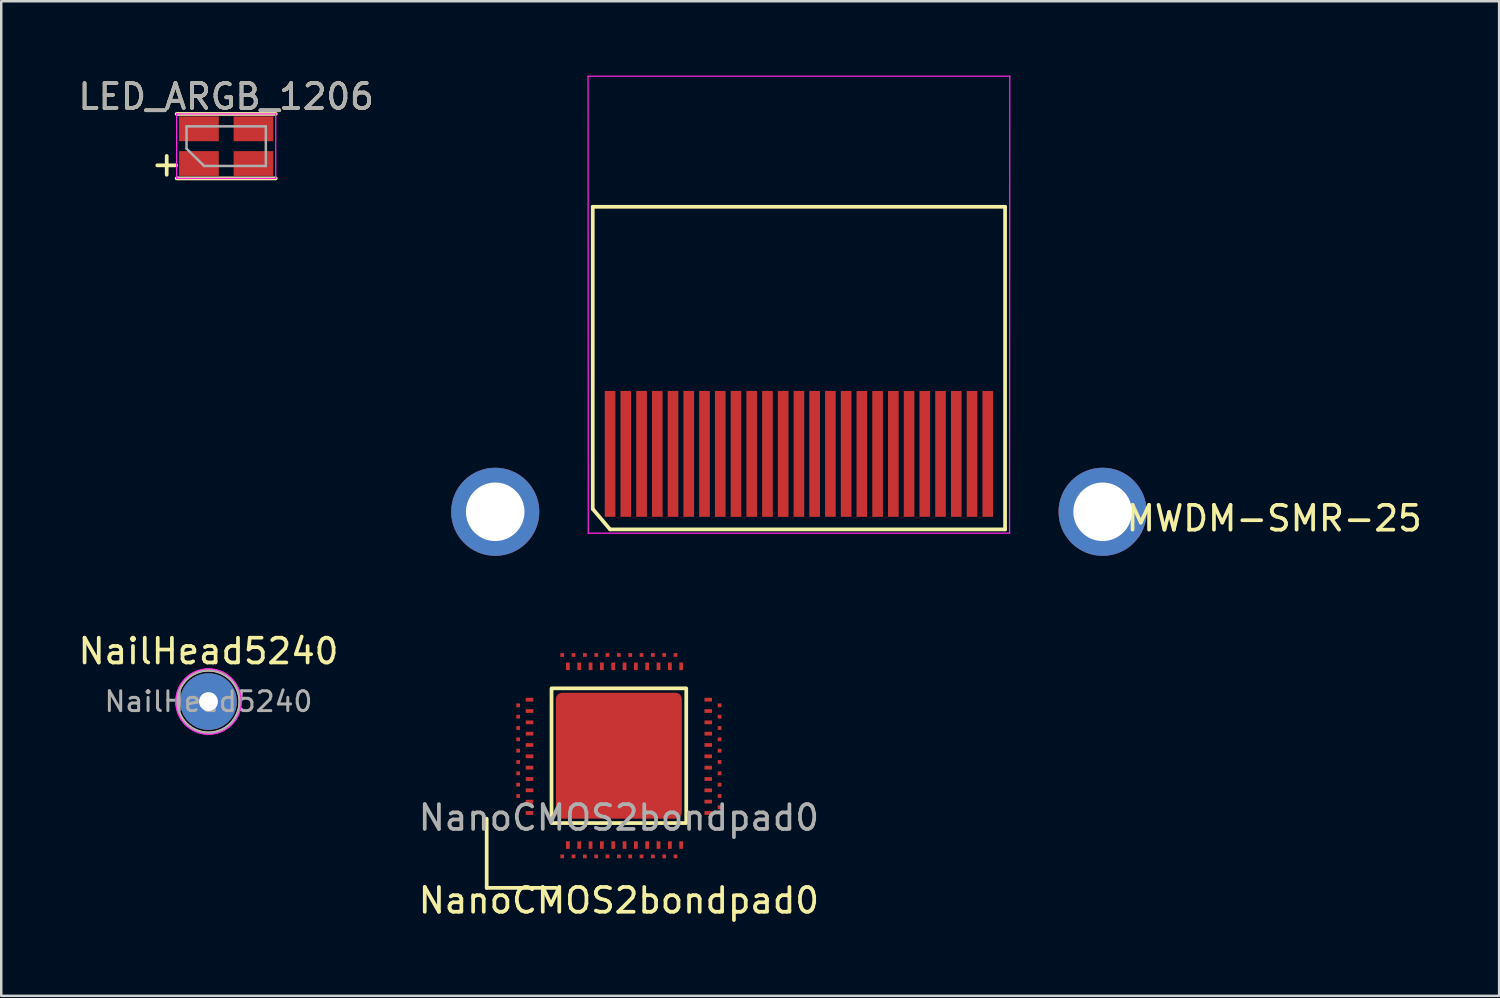
<source format=kicad_pcb>
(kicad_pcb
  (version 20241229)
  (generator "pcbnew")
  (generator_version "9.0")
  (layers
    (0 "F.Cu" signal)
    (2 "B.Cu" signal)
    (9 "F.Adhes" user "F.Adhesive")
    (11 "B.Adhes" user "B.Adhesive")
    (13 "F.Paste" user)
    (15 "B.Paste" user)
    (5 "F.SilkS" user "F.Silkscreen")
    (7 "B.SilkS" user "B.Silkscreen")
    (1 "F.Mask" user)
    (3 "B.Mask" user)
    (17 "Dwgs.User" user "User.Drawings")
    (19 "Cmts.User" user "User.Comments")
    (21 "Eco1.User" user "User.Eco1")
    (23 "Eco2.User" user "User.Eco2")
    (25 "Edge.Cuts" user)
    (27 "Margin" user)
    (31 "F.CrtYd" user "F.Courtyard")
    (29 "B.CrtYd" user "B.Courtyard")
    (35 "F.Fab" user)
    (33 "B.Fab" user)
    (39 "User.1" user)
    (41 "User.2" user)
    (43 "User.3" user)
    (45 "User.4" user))
  (footprint "NailHead5240"
    (layer "F.Cu")
    (at 5.363 25.26)
    (property "Reference" "NailHead5240" (at 0 -2.032 0) (layer "F.SilkS") (effects (font (size 1 1) (thickness 0.15))))
    (attr through_hole)
    (fp_circle (center 0 0) (end 1.27 0) (stroke (width 0.12) (type solid)) (fill no) (layer "F.SilkS"))
    (fp_circle (center 0 0) (end 1.321 0) (stroke (width 0.05) (type solid)) (fill no) (layer "F.CrtYd"))
    (fp_circle (center 0 0) (end 1.27 0) (stroke (width 0.102) (type solid)) (fill no) (layer "F.Fab"))
    (fp_text user "${REFERENCE}" (at 0 0 0) (layer "F.Fab") (effects (font (size 0.8 0.8) (thickness 0.12))))
    (pad "1" thru_hole circle (at 0 0) (size 2.286 2.286) (drill 0.762) (layers "*.Cu" "*.Mask")))
  (footprint "LED_ARGB_1206"
    (layer "F.Cu")
    (at 6.077 2.848)
    (property "Reference" "LED_ARGB_1206" (at 0 -2 0) (layer "F.SilkS") (effects (font (size 1 1) (thickness 0.15))))
    (attr smd)
    (fp_line (start 2 -1.3) (end -2 -1.3) (stroke (width 0.15) (type solid)) (layer "F.SilkS"))
    (fp_line (start 2 1.3) (end -2 1.3) (stroke (width 0.15) (type solid)) (layer "F.SilkS"))
    (fp_line (start -2 -1.3) (end -2 1.3) (stroke (width 0.05) (type solid)) (layer "F.CrtYd"))
    (fp_line (start -2 1.3) (end 2 1.3) (stroke (width 0.05) (type solid)) (layer "F.CrtYd"))
    (fp_line (start 2 -1.3) (end -2 -1.3) (stroke (width 0.05) (type solid)) (layer "F.CrtYd"))
    (fp_line (start 2 1.3) (end 2 -1.3) (stroke (width 0.05) (type solid)) (layer "F.CrtYd"))
    (fp_line (start -1.6 -0.8) (end 1.6 -0.8) (stroke (width 0.1) (type solid)) (layer "F.Fab"))
    (fp_line (start -1.6 0.1) (end -1.6 -0.8) (stroke (width 0.1) (type solid)) (layer "F.Fab"))
    (fp_line (start -0.889 0.8) (end -1.6 0.1) (stroke (width 0.1) (type solid)) (layer "F.Fab"))
    (fp_line (start 1.6 -0.8) (end 1.6 0.8) (stroke (width 0.1) (type solid)) (layer "F.Fab"))
    (fp_line (start 1.6 0.8) (end -0.889 0.8) (stroke (width 0.1) (type solid)) (layer "F.Fab"))
    (fp_text user "+" (at -2.4 0.7 0) (layer "F.SilkS") (effects (font (size 1 1) (thickness 0.15))))
    (fp_text user "${REFERENCE}" (at 0 -2 0) (layer "F.Fab") (effects (font (size 1 1) (thickness 0.15))))
    (pad "1" smd rect (at -1.1 0.7 180) (size 1.6 1) (layers "F.Cu" "F.Mask" "F.Paste"))
    (pad "2" smd rect (at 1.1 0.7 180) (size 1.6 1) (layers "F.Cu" "F.Mask" "F.Paste"))
    (pad "3" smd rect (at 1.1 -0.7 180) (size 1.6 1) (layers "F.Cu" "F.Mask" "F.Paste"))
    (pad "4" smd rect (at -1.1 -0.7 180) (size 1.6 1) (layers "F.Cu" "F.Mask" "F.Paste")))
  (footprint "NanoCMOS2bondpad0"
    (layer "F.Cu")
    (at 21.923 27.444)
    (property "Reference" "NanoCMOS2bondpad0" (at 0 5.842 0) (unlocked yes) (layer "F.SilkS") (effects (font (size 1 1) (thickness 0.15))))
    (attr smd allow_soldermask_bridges)
    (fp_rect (start -3.759 -2.337) (end -3.454 -2.184) (stroke (width 0) (type solid)) (fill yes) (layer "F.Cu"))
    (fp_rect (start -3.759 -1.88) (end -3.454 -1.727) (stroke (width 0) (type solid)) (fill yes) (layer "F.Cu"))
    (fp_rect (start -3.759 -1.422) (end -3.454 -1.27) (stroke (width 0) (type solid)) (fill yes) (layer "F.Cu"))
    (fp_rect (start -3.759 -0.965) (end -3.454 -0.813) (stroke (width 0) (type solid)) (fill yes) (layer "F.Cu"))
    (fp_rect (start -3.759 -0.508) (end -3.454 -0.356) (stroke (width 0) (type solid)) (fill yes) (layer "F.Cu"))
    (fp_rect (start -3.759 -0.051) (end -3.454 0.102) (stroke (width 0) (type solid)) (fill yes) (layer "F.Cu"))
    (fp_rect (start -3.759 0.406) (end -3.454 0.559) (stroke (width 0) (type solid)) (fill yes) (layer "F.Cu"))
    (fp_rect (start -3.759 0.864) (end -3.454 1.016) (stroke (width 0) (type solid)) (fill yes) (layer "F.Cu"))
    (fp_rect (start -3.759 1.321) (end -3.454 1.473) (stroke (width 0) (type solid)) (fill yes) (layer "F.Cu"))
    (fp_rect (start -3.759 1.778) (end -3.454 1.93) (stroke (width 0) (type solid)) (fill yes) (layer "F.Cu"))
    (fp_rect (start -3.759 2.235) (end -3.454 2.388) (stroke (width 0) (type solid)) (fill yes) (layer "F.Cu"))
    (fp_rect (start -2.134 -3.454) (end -1.981 -3.759) (stroke (width 0) (type solid)) (fill yes) (layer "F.Cu"))
    (fp_rect (start -2.134 3.759) (end -1.981 3.454) (stroke (width 0) (type solid)) (fill yes) (layer "F.Cu"))
    (fp_rect (start -1.676 -3.454) (end -1.524 -3.759) (stroke (width 0) (type solid)) (fill yes) (layer "F.Cu"))
    (fp_rect (start -1.676 3.759) (end -1.524 3.454) (stroke (width 0) (type solid)) (fill yes) (layer "F.Cu"))
    (fp_rect (start -1.219 -3.454) (end -1.067 -3.759) (stroke (width 0) (type solid)) (fill yes) (layer "F.Cu"))
    (fp_rect (start -1.219 3.759) (end -1.067 3.454) (stroke (width 0) (type solid)) (fill yes) (layer "F.Cu"))
    (fp_rect (start -0.762 -3.454) (end -0.61 -3.759) (stroke (width 0) (type solid)) (fill yes) (layer "F.Cu"))
    (fp_rect (start -0.762 3.759) (end -0.61 3.454) (stroke (width 0) (type solid)) (fill yes) (layer "F.Cu"))
    (fp_rect (start -0.305 -3.454) (end -0.152 -3.759) (stroke (width 0) (type solid)) (fill yes) (layer "F.Cu"))
    (fp_rect (start -0.305 3.759) (end -0.152 3.454) (stroke (width 0) (type solid)) (fill yes) (layer "F.Cu"))
    (fp_rect (start 0.152 -3.454) (end 0.305 -3.759) (stroke (width 0) (type solid)) (fill yes) (layer "F.Cu"))
    (fp_rect (start 0.152 3.759) (end 0.305 3.454) (stroke (width 0) (type solid)) (fill yes) (layer "F.Cu"))
    (fp_rect (start 0.61 -3.454) (end 0.762 -3.759) (stroke (width 0) (type solid)) (fill yes) (layer "F.Cu"))
    (fp_rect (start 0.61 3.759) (end 0.762 3.454) (stroke (width 0) (type solid)) (fill yes) (layer "F.Cu"))
    (fp_rect (start 1.067 -3.454) (end 1.219 -3.759) (stroke (width 0) (type solid)) (fill yes) (layer "F.Cu"))
    (fp_rect (start 1.067 3.759) (end 1.219 3.454) (stroke (width 0) (type solid)) (fill yes) (layer "F.Cu"))
    (fp_rect (start 1.524 -3.454) (end 1.676 -3.759) (stroke (width 0) (type solid)) (fill yes) (layer "F.Cu"))
    (fp_rect (start 1.524 3.759) (end 1.676 3.454) (stroke (width 0) (type solid)) (fill yes) (layer "F.Cu"))
    (fp_rect (start 1.981 -3.454) (end 2.134 -3.759) (stroke (width 0) (type solid)) (fill yes) (layer "F.Cu"))
    (fp_rect (start 1.981 3.759) (end 2.134 3.454) (stroke (width 0) (type solid)) (fill yes) (layer "F.Cu"))
    (fp_rect (start 2.438 -3.454) (end 2.591 -3.759) (stroke (width 0) (type solid)) (fill yes) (layer "F.Cu"))
    (fp_rect (start 2.438 3.759) (end 2.591 3.454) (stroke (width 0) (type solid)) (fill yes) (layer "F.Cu"))
    (fp_rect (start 3.454 -2.337) (end 3.759 -2.184) (stroke (width 0) (type solid)) (fill yes) (layer "F.Cu"))
    (fp_rect (start 3.454 -1.88) (end 3.759 -1.727) (stroke (width 0) (type solid)) (fill yes) (layer "F.Cu"))
    (fp_rect (start 3.454 -1.422) (end 3.759 -1.27) (stroke (width 0) (type solid)) (fill yes) (layer "F.Cu"))
    (fp_rect (start 3.454 -0.965) (end 3.759 -0.813) (stroke (width 0) (type solid)) (fill yes) (layer "F.Cu"))
    (fp_rect (start 3.454 -0.508) (end 3.759 -0.356) (stroke (width 0) (type solid)) (fill yes) (layer "F.Cu"))
    (fp_rect (start 3.454 -0.051) (end 3.759 0.102) (stroke (width 0) (type solid)) (fill yes) (layer "F.Cu"))
    (fp_rect (start 3.454 0.406) (end 3.759 0.559) (stroke (width 0) (type solid)) (fill yes) (layer "F.Cu"))
    (fp_rect (start 3.454 0.864) (end 3.759 1.016) (stroke (width 0) (type solid)) (fill yes) (layer "F.Cu"))
    (fp_rect (start 3.454 1.321) (end 3.759 1.473) (stroke (width 0) (type solid)) (fill yes) (layer "F.Cu"))
    (fp_rect (start 3.454 1.778) (end 3.759 1.93) (stroke (width 0) (type solid)) (fill yes) (layer "F.Cu"))
    (fp_rect (start 3.454 2.235) (end 3.759 2.388) (stroke (width 0) (type solid)) (fill yes) (layer "F.Cu"))
    (fp_rect (start -5.004 -5.004) (end 5.004 5.004) (stroke (width 0.12) (type solid)) (fill yes) (layer "F.Mask"))
    (fp_line (start -5.334 2.54) (end -5.334 5.334) (stroke (width 0.15) (type default)) (layer "F.SilkS"))
    (fp_line (start -2.54 5.334) (end -5.334 5.334) (stroke (width 0.15) (type default)) (layer "F.SilkS"))
    (fp_rect (start -2.718 -2.718) (end 2.718 2.718) (stroke (width 0.15) (type default)) (fill no) (layer "F.SilkS"))
    (fp_text user "${REFERENCE}" (at 0 2.5 0) (unlocked yes) (layer "F.Fab") (effects (font (size 1 1) (thickness 0.15))))
    (pad "0" smd roundrect (at 0 0) (size 5.08 5.08) (layers "F.Cu" "F.Mask") (roundrect_rratio 0.049))
    (pad "1" smd rect (at -1.829 4.064) (size 0.152 0.152) (layers "F.Cu" "F.Mask"))
    (pad "2" smd rect (at -1.372 4.064) (size 0.152 0.152) (layers "F.Cu" "F.Mask"))
    (pad "3" smd rect (at -0.914 4.064) (size 0.152 0.152) (layers "F.Cu" "F.Mask"))
    (pad "4" smd rect (at -0.457 4.064) (size 0.152 0.152) (layers "F.Cu" "F.Mask"))
    (pad "5" smd rect (at 0 4.064) (size 0.152 0.152) (layers "F.Cu" "F.Mask"))
    (pad "6" smd rect (at 0.457 4.064) (size 0.152 0.152) (layers "F.Cu" "F.Mask"))
    (pad "7" smd rect (at 0.914 4.064) (size 0.152 0.152) (layers "F.Cu" "F.Mask"))
    (pad "8" smd rect (at 1.372 4.064) (size 0.152 0.152) (layers "F.Cu" "F.Mask"))
    (pad "9" smd rect (at 1.829 4.064) (size 0.152 0.152) (layers "F.Cu" "F.Mask"))
    (pad "10" smd rect (at 2.286 4.064) (size 0.152 0.152) (layers "F.Cu" "F.Mask"))
    (pad "11" smd rect (at 4.064 1.168) (size 0.152 0.152) (layers "F.Cu"))
    (pad "12" smd rect (at 4.064 0.711) (size 0.152 0.152) (layers "F.Cu"))
    (pad "13" smd rect (at 4.064 0.254) (size 0.152 0.152) (layers "F.Cu"))
    (pad "14" smd rect (at 4.064 -0.203) (size 0.152 0.152) (layers "F.Cu"))
    (pad "15" smd rect (at 4.064 -0.66) (size 0.152 0.152) (layers "F.Cu"))
    (pad "16" smd rect (at 4.064 -1.118) (size 0.152 0.152) (layers "F.Cu"))
    (pad "17" smd rect (at 4.064 -1.575) (size 0.152 0.152) (layers "F.Cu"))
    (pad "18" smd rect (at 4.064 -2.032) (size 0.152 0.152) (layers "F.Cu"))
    (pad "19" smd rect (at 2.286 -4.064) (size 0.152 0.152) (layers "F.Cu" "F.Mask"))
    (pad "20" smd rect (at 1.829 -4.064) (size 0.152 0.152) (layers "F.Cu" "F.Mask"))
    (pad "21" smd rect (at 1.372 -4.064) (size 0.152 0.152) (layers "F.Cu" "F.Mask"))
    (pad "22" smd rect (at 0.914 -4.064) (size 0.152 0.152) (layers "F.Cu" "F.Mask"))
    (pad "23" smd rect (at 0.457 -4.064) (size 0.152 0.152) (layers "F.Cu" "F.Mask"))
    (pad "24" smd rect (at 0 -4.064) (size 0.152 0.152) (layers "F.Cu" "F.Mask"))
    (pad "25" smd rect (at -0.457 -4.064) (size 0.152 0.152) (layers "F.Cu" "F.Mask"))
    (pad "26" smd rect (at -0.914 -4.064) (size 0.152 0.152) (layers "F.Cu" "F.Mask"))
    (pad "27" smd rect (at -1.372 -4.064) (size 0.152 0.152) (layers "F.Cu" "F.Mask"))
    (pad "28" smd rect (at -1.829 -4.064) (size 0.152 0.152) (layers "F.Cu" "F.Mask"))
    (pad "29" smd rect (at -4.064 -1.575) (size 0.152 0.152) (layers "F.Cu" "F.Mask"))
    (pad "30" smd rect (at -4.064 -1.118) (size 0.152 0.152) (layers "F.Cu" "F.Mask"))
    (pad "31" smd rect (at -4.064 -0.66) (size 0.152 0.152) (layers "F.Cu" "F.Mask"))
    (pad "32" smd rect (at -4.064 -0.203) (size 0.152 0.152) (layers "F.Cu" "F.Mask"))
    (pad "33" smd rect (at -4.064 0.254) (size 0.152 0.152) (layers "F.Cu" "F.Mask"))
    (pad "34" smd rect (at -4.064 0.711) (size 0.152 0.152) (layers "F.Cu" "F.Mask"))
    (pad "35" smd rect (at -4.064 1.168) (size 0.152 0.152) (layers "F.Cu" "F.Mask"))
    (pad "36" smd rect (at -4.064 1.626) (size 0.152 0.152) (layers "F.Cu" "F.Mask"))
    (pad "37" smd rect (at 4.064 1.626) (size 0.152 0.152) (layers "F.Cu"))
    (pad "38" smd rect (at -2.286 4.064) (size 0.152 0.152) (layers "F.Cu" "F.Mask"))
    (pad "39" smd rect (at 4.064 2.083) (size 0.152 0.152) (layers "F.Cu"))
    (pad "40" smd rect (at -4.064 -2.032) (size 0.152 0.152) (layers "F.Cu" "F.Mask"))
    (pad "41" smd rect (at -2.286 -4.064) (size 0.152 0.152) (layers "F.Cu" "F.Mask")))
  (footprint "MWDM-SMR-25"
    (layer "F.Cu")
    (at 29.188 15.265)
    (property "Reference" "MWDM-SMR-25" (at 19.177 2.603 0) (layer "F.SilkS") (effects (font (size 1 1) (thickness 0.15))))
    (attr smd)
    (fp_line (start -8.319 -9.97) (end 8.319 -9.97) (stroke (width 0.15) (type solid)) (layer "F.SilkS"))
    (fp_line (start -8.319 2.223) (end -8.319 -9.97) (stroke (width 0.15) (type solid)) (layer "F.SilkS"))
    (fp_line (start -7.62 3.048) (end -8.319 2.223) (stroke (width 0.15) (type solid)) (layer "F.SilkS"))
    (fp_line (start 8.319 -9.97) (end 8.319 3.048) (stroke (width 0.15) (type solid)) (layer "F.SilkS"))
    (fp_line (start 8.319 3.048) (end -7.62 3.048) (stroke (width 0.15) (type solid)) (layer "F.SilkS"))
    (fp_line (start -8.509 -15.24) (end 8.509 -15.24) (stroke (width 0.05) (type solid)) (layer "F.CrtYd"))
    (fp_line (start -8.5 3.2) (end -8.509 -15.24) (stroke (width 0.05) (type solid)) (layer "F.CrtYd"))
    (fp_line (start 8.5 3.2) (end -8.5 3.2) (stroke (width 0.05) (type solid)) (layer "F.CrtYd"))
    (fp_line (start 8.509 -15.24) (end 8.5 3.2) (stroke (width 0.05) (type solid)) (layer "F.CrtYd"))
    (pad "0" thru_hole circle (at -12.255 2.337) (size 3.556 3.556) (drill 2.362) (layers "*.Cu" "*.Mask"))
    (pad "0" thru_hole circle (at 12.255 2.337) (size 3.556 3.556) (drill 2.362) (layers "*.Cu" "*.Mask"))
    (pad "1" smd rect (at 7.62 0) (size 0.43 5.08) (layers "F.Cu" "F.Mask" "F.Paste"))
    (pad "2" smd rect (at 6.35 0) (size 0.43 5.08) (layers "F.Cu" "F.Mask" "F.Paste"))
    (pad "3" smd rect (at 5.08 0) (size 0.43 5.08) (layers "F.Cu" "F.Mask" "F.Paste"))
    (pad "4" smd rect (at 3.81 0) (size 0.43 5.08) (layers "F.Cu" "F.Mask" "F.Paste"))
    (pad "5" smd rect (at 2.54 0) (size 0.43 5.08) (layers "F.Cu" "F.Mask" "F.Paste"))
    (pad "6" smd rect (at 1.27 0) (size 0.43 5.08) (layers "F.Cu" "F.Mask" "F.Paste"))
    (pad "7" smd rect (at 0 0) (size 0.43 5.08) (layers "F.Cu" "F.Mask" "F.Paste"))
    (pad "8" smd rect (at -1.27 0) (size 0.43 5.08) (layers "F.Cu" "F.Mask" "F.Paste"))
    (pad "9" smd rect (at -2.54 0) (size 0.43 5.08) (layers "F.Cu" "F.Mask" "F.Paste"))
    (pad "10" smd rect (at -3.81 0) (size 0.43 5.08) (layers "F.Cu" "F.Mask" "F.Paste"))
    (pad "11" smd rect (at -5.08 0) (size 0.43 5.08) (layers "F.Cu" "F.Mask" "F.Paste"))
    (pad "12" smd rect (at -6.35 0) (size 0.43 5.08) (layers "F.Cu" "F.Mask" "F.Paste"))
    (pad "13" smd rect (at -7.62 0) (size 0.43 5.08) (layers "F.Cu" "F.Mask" "F.Paste"))
    (pad "14" smd rect (at 6.985 0) (size 0.43 5.08) (layers "F.Cu" "F.Mask" "F.Paste"))
    (pad "15" smd rect (at 5.715 0) (size 0.43 5.08) (layers "F.Cu" "F.Mask" "F.Paste"))
    (pad "16" smd rect (at 4.445 0) (size 0.43 5.08) (layers "F.Cu" "F.Mask" "F.Paste"))
    (pad "17" smd rect (at 3.175 0) (size 0.43 5.08) (layers "F.Cu" "F.Mask" "F.Paste"))
    (pad "18" smd rect (at 1.905 0) (size 0.43 5.08) (layers "F.Cu" "F.Mask" "F.Paste"))
    (pad "19" smd rect (at 0.635 0) (size 0.43 5.08) (layers "F.Cu" "F.Mask" "F.Paste"))
    (pad "20" smd rect (at -0.635 0) (size 0.43 5.08) (layers "F.Cu" "F.Mask" "F.Paste"))
    (pad "21" smd rect (at -1.905 0) (size 0.43 5.08) (layers "F.Cu" "F.Mask" "F.Paste"))
    (pad "22" smd rect (at -3.175 0) (size 0.43 5.08) (layers "F.Cu" "F.Mask" "F.Paste"))
    (pad "23" smd rect (at -4.445 0) (size 0.43 5.08) (layers "F.Cu" "F.Mask" "F.Paste"))
    (pad "24" smd rect (at -5.715 0) (size 0.43 5.08) (layers "F.Cu" "F.Mask" "F.Paste"))
    (pad "25" smd rect (at -6.985 0) (size 0.43 5.08) (layers "F.Cu" "F.Mask" "F.Paste")))
  (gr_rect
    (start -3 -3)
    (end 57.443 37.134)
    (stroke (width 0.1) (type default))
    (fill no)
    (layer "Edge.Cuts")))
</source>
